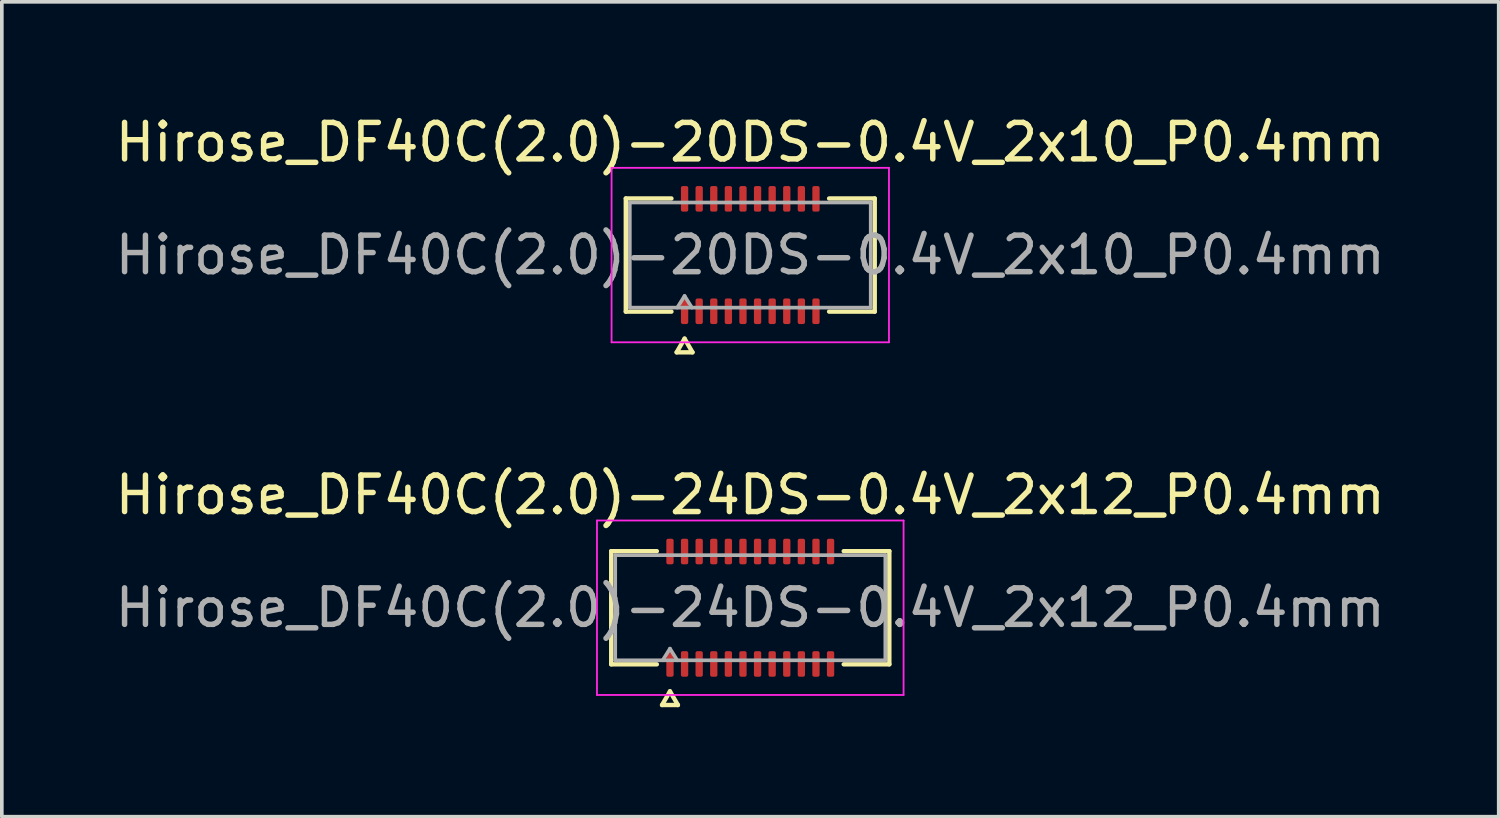
<source format=kicad_pcb>
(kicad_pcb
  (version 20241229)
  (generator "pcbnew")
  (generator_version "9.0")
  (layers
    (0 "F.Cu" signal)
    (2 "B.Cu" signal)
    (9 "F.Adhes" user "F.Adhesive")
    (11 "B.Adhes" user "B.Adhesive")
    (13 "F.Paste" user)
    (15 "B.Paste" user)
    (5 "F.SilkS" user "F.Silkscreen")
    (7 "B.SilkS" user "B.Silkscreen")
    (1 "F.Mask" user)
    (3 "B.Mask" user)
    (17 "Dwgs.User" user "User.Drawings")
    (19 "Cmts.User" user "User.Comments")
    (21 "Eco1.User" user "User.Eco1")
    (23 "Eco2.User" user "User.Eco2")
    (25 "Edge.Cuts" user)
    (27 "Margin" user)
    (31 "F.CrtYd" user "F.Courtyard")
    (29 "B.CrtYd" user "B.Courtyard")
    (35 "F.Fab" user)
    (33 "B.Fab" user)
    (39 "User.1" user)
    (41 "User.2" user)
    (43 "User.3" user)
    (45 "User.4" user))
  (footprint "Hirose_DF40C(2.0)-20DS-0.4V_2x10_P0.4mm"
    (layer "F.Cu")
    (at 17.506 3.938)
    (property "Reference" "Hirose_DF40C(2.0)-20DS-0.4V_2x10_P0.4mm" (at 0 -3.09 0) (layer "F.SilkS") (effects (font (size 1 1) (thickness 0.15))))
    (attr smd)
    (fp_line (start -3.41 -1.55) (end -2.16 -1.55) (stroke (width 0.12) (type solid)) (layer "F.SilkS"))
    (fp_line (start -3.41 1.55) (end -3.41 -1.55) (stroke (width 0.12) (type solid)) (layer "F.SilkS"))
    (fp_line (start -2.16 1.55) (end -3.41 1.55) (stroke (width 0.12) (type solid)) (layer "F.SilkS"))
    (fp_line (start -2.017 2.665) (end -1.8 2.29) (stroke (width 0.12) (type solid)) (layer "F.SilkS"))
    (fp_line (start -1.8 2.29) (end -1.583 2.665) (stroke (width 0.12) (type solid)) (layer "F.SilkS"))
    (fp_line (start -1.583 2.665) (end -2.017 2.665) (stroke (width 0.12) (type solid)) (layer "F.SilkS"))
    (fp_line (start 2.16 -1.55) (end 3.41 -1.55) (stroke (width 0.12) (type solid)) (layer "F.SilkS"))
    (fp_line (start 3.41 -1.55) (end 3.41 1.55) (stroke (width 0.12) (type solid)) (layer "F.SilkS"))
    (fp_line (start 3.41 1.55) (end 2.16 1.55) (stroke (width 0.12) (type solid)) (layer "F.SilkS"))
    (fp_line (start -3.8 -2.39) (end -3.8 2.39) (stroke (width 0.05) (type solid)) (layer "F.CrtYd"))
    (fp_line (start -3.8 2.39) (end 3.8 2.39) (stroke (width 0.05) (type solid)) (layer "F.CrtYd"))
    (fp_line (start 3.8 -2.39) (end -3.8 -2.39) (stroke (width 0.05) (type solid)) (layer "F.CrtYd"))
    (fp_line (start 3.8 2.39) (end 3.8 -2.39) (stroke (width 0.05) (type solid)) (layer "F.CrtYd"))
    (fp_line (start -3.3 -1.44) (end 3.3 -1.44) (stroke (width 0.1) (type solid)) (layer "F.Fab"))
    (fp_line (start -3.3 1.44) (end -3.3 -1.44) (stroke (width 0.1) (type solid)) (layer "F.Fab"))
    (fp_line (start -2 1.44) (end -1.8 1.12) (stroke (width 0.1) (type solid)) (layer "F.Fab"))
    (fp_line (start -1.8 1.12) (end -1.6 1.44) (stroke (width 0.1) (type solid)) (layer "F.Fab"))
    (fp_line (start 3.3 -1.44) (end 3.3 1.44) (stroke (width 0.1) (type solid)) (layer "F.Fab"))
    (fp_line (start 3.3 1.44) (end -3.3 1.44) (stroke (width 0.1) (type solid)) (layer "F.Fab"))
    (fp_text user "${REFERENCE}" (at 0 0 0) (layer "F.Fab") (effects (font (size 1 1) (thickness 0.15))))
    (pad "1" smd roundrect (at -1.8 1.54) (size 0.2 0.7) (layers "F.Cu" "F.Mask" "F.Paste") (roundrect_rratio 0.25))
    (pad "2" smd roundrect (at -1.8 -1.54) (size 0.2 0.7) (layers "F.Cu" "F.Mask" "F.Paste") (roundrect_rratio 0.25))
    (pad "3" smd roundrect (at -1.4 1.54) (size 0.2 0.7) (layers "F.Cu" "F.Mask" "F.Paste") (roundrect_rratio 0.25))
    (pad "4" smd roundrect (at -1.4 -1.54) (size 0.2 0.7) (layers "F.Cu" "F.Mask" "F.Paste") (roundrect_rratio 0.25))
    (pad "5" smd roundrect (at -1 1.54) (size 0.2 0.7) (layers "F.Cu" "F.Mask" "F.Paste") (roundrect_rratio 0.25))
    (pad "6" smd roundrect (at -1 -1.54) (size 0.2 0.7) (layers "F.Cu" "F.Mask" "F.Paste") (roundrect_rratio 0.25))
    (pad "7" smd roundrect (at -0.6 1.54) (size 0.2 0.7) (layers "F.Cu" "F.Mask" "F.Paste") (roundrect_rratio 0.25))
    (pad "8" smd roundrect (at -0.6 -1.54) (size 0.2 0.7) (layers "F.Cu" "F.Mask" "F.Paste") (roundrect_rratio 0.25))
    (pad "9" smd roundrect (at -0.2 1.54) (size 0.2 0.7) (layers "F.Cu" "F.Mask" "F.Paste") (roundrect_rratio 0.25))
    (pad "10" smd roundrect (at -0.2 -1.54) (size 0.2 0.7) (layers "F.Cu" "F.Mask" "F.Paste") (roundrect_rratio 0.25))
    (pad "11" smd roundrect (at 0.2 1.54) (size 0.2 0.7) (layers "F.Cu" "F.Mask" "F.Paste") (roundrect_rratio 0.25))
    (pad "12" smd roundrect (at 0.2 -1.54) (size 0.2 0.7) (layers "F.Cu" "F.Mask" "F.Paste") (roundrect_rratio 0.25))
    (pad "13" smd roundrect (at 0.6 1.54) (size 0.2 0.7) (layers "F.Cu" "F.Mask" "F.Paste") (roundrect_rratio 0.25))
    (pad "14" smd roundrect (at 0.6 -1.54) (size 0.2 0.7) (layers "F.Cu" "F.Mask" "F.Paste") (roundrect_rratio 0.25))
    (pad "15" smd roundrect (at 1 1.54) (size 0.2 0.7) (layers "F.Cu" "F.Mask" "F.Paste") (roundrect_rratio 0.25))
    (pad "16" smd roundrect (at 1 -1.54) (size 0.2 0.7) (layers "F.Cu" "F.Mask" "F.Paste") (roundrect_rratio 0.25))
    (pad "17" smd roundrect (at 1.4 1.54) (size 0.2 0.7) (layers "F.Cu" "F.Mask" "F.Paste") (roundrect_rratio 0.25))
    (pad "18" smd roundrect (at 1.4 -1.54) (size 0.2 0.7) (layers "F.Cu" "F.Mask" "F.Paste") (roundrect_rratio 0.25))
    (pad "19" smd roundrect (at 1.8 1.54) (size 0.2 0.7) (layers "F.Cu" "F.Mask" "F.Paste") (roundrect_rratio 0.25))
    (pad "20" smd roundrect (at 1.8 -1.54) (size 0.2 0.7) (layers "F.Cu" "F.Mask" "F.Paste") (roundrect_rratio 0.25)))
  (footprint "Hirose_DF40C(2.0)-24DS-0.4V_2x12_P0.4mm"
    (layer "F.Cu")
    (at 17.506 13.601)
    (property "Reference" "Hirose_DF40C(2.0)-24DS-0.4V_2x12_P0.4mm" (at 0 -3.09 0) (layer "F.SilkS") (effects (font (size 1 1) (thickness 0.15))))
    (attr smd)
    (fp_line (start -3.81 -1.55) (end -2.56 -1.55) (stroke (width 0.12) (type solid)) (layer "F.SilkS"))
    (fp_line (start -3.81 1.55) (end -3.81 -1.55) (stroke (width 0.12) (type solid)) (layer "F.SilkS"))
    (fp_line (start -2.56 1.55) (end -3.81 1.55) (stroke (width 0.12) (type solid)) (layer "F.SilkS"))
    (fp_line (start -2.417 2.665) (end -2.2 2.29) (stroke (width 0.12) (type solid)) (layer "F.SilkS"))
    (fp_line (start -2.2 2.29) (end -1.983 2.665) (stroke (width 0.12) (type solid)) (layer "F.SilkS"))
    (fp_line (start -1.983 2.665) (end -2.417 2.665) (stroke (width 0.12) (type solid)) (layer "F.SilkS"))
    (fp_line (start 2.56 -1.55) (end 3.81 -1.55) (stroke (width 0.12) (type solid)) (layer "F.SilkS"))
    (fp_line (start 3.81 -1.55) (end 3.81 1.55) (stroke (width 0.12) (type solid)) (layer "F.SilkS"))
    (fp_line (start 3.81 1.55) (end 2.56 1.55) (stroke (width 0.12) (type solid)) (layer "F.SilkS"))
    (fp_line (start -4.2 -2.39) (end -4.2 2.39) (stroke (width 0.05) (type solid)) (layer "F.CrtYd"))
    (fp_line (start -4.2 2.39) (end 4.2 2.39) (stroke (width 0.05) (type solid)) (layer "F.CrtYd"))
    (fp_line (start 4.2 -2.39) (end -4.2 -2.39) (stroke (width 0.05) (type solid)) (layer "F.CrtYd"))
    (fp_line (start 4.2 2.39) (end 4.2 -2.39) (stroke (width 0.05) (type solid)) (layer "F.CrtYd"))
    (fp_line (start -3.7 -1.44) (end 3.7 -1.44) (stroke (width 0.1) (type solid)) (layer "F.Fab"))
    (fp_line (start -3.7 1.44) (end -3.7 -1.44) (stroke (width 0.1) (type solid)) (layer "F.Fab"))
    (fp_line (start -2.4 1.44) (end -2.2 1.12) (stroke (width 0.1) (type solid)) (layer "F.Fab"))
    (fp_line (start -2.2 1.12) (end -2 1.44) (stroke (width 0.1) (type solid)) (layer "F.Fab"))
    (fp_line (start 3.7 -1.44) (end 3.7 1.44) (stroke (width 0.1) (type solid)) (layer "F.Fab"))
    (fp_line (start 3.7 1.44) (end -3.7 1.44) (stroke (width 0.1) (type solid)) (layer "F.Fab"))
    (fp_text user "${REFERENCE}" (at 0 0 0) (layer "F.Fab") (effects (font (size 1 1) (thickness 0.15))))
    (pad "1" smd roundrect (at -2.2 1.54) (size 0.2 0.7) (layers "F.Cu" "F.Mask" "F.Paste") (roundrect_rratio 0.25))
    (pad "2" smd roundrect (at -2.2 -1.54) (size 0.2 0.7) (layers "F.Cu" "F.Mask" "F.Paste") (roundrect_rratio 0.25))
    (pad "3" smd roundrect (at -1.8 1.54) (size 0.2 0.7) (layers "F.Cu" "F.Mask" "F.Paste") (roundrect_rratio 0.25))
    (pad "4" smd roundrect (at -1.8 -1.54) (size 0.2 0.7) (layers "F.Cu" "F.Mask" "F.Paste") (roundrect_rratio 0.25))
    (pad "5" smd roundrect (at -1.4 1.54) (size 0.2 0.7) (layers "F.Cu" "F.Mask" "F.Paste") (roundrect_rratio 0.25))
    (pad "6" smd roundrect (at -1.4 -1.54) (size 0.2 0.7) (layers "F.Cu" "F.Mask" "F.Paste") (roundrect_rratio 0.25))
    (pad "7" smd roundrect (at -1 1.54) (size 0.2 0.7) (layers "F.Cu" "F.Mask" "F.Paste") (roundrect_rratio 0.25))
    (pad "8" smd roundrect (at -1 -1.54) (size 0.2 0.7) (layers "F.Cu" "F.Mask" "F.Paste") (roundrect_rratio 0.25))
    (pad "9" smd roundrect (at -0.6 1.54) (size 0.2 0.7) (layers "F.Cu" "F.Mask" "F.Paste") (roundrect_rratio 0.25))
    (pad "10" smd roundrect (at -0.6 -1.54) (size 0.2 0.7) (layers "F.Cu" "F.Mask" "F.Paste") (roundrect_rratio 0.25))
    (pad "11" smd roundrect (at -0.2 1.54) (size 0.2 0.7) (layers "F.Cu" "F.Mask" "F.Paste") (roundrect_rratio 0.25))
    (pad "12" smd roundrect (at -0.2 -1.54) (size 0.2 0.7) (layers "F.Cu" "F.Mask" "F.Paste") (roundrect_rratio 0.25))
    (pad "13" smd roundrect (at 0.2 1.54) (size 0.2 0.7) (layers "F.Cu" "F.Mask" "F.Paste") (roundrect_rratio 0.25))
    (pad "14" smd roundrect (at 0.2 -1.54) (size 0.2 0.7) (layers "F.Cu" "F.Mask" "F.Paste") (roundrect_rratio 0.25))
    (pad "15" smd roundrect (at 0.6 1.54) (size 0.2 0.7) (layers "F.Cu" "F.Mask" "F.Paste") (roundrect_rratio 0.25))
    (pad "16" smd roundrect (at 0.6 -1.54) (size 0.2 0.7) (layers "F.Cu" "F.Mask" "F.Paste") (roundrect_rratio 0.25))
    (pad "17" smd roundrect (at 1 1.54) (size 0.2 0.7) (layers "F.Cu" "F.Mask" "F.Paste") (roundrect_rratio 0.25))
    (pad "18" smd roundrect (at 1 -1.54) (size 0.2 0.7) (layers "F.Cu" "F.Mask" "F.Paste") (roundrect_rratio 0.25))
    (pad "19" smd roundrect (at 1.4 1.54) (size 0.2 0.7) (layers "F.Cu" "F.Mask" "F.Paste") (roundrect_rratio 0.25))
    (pad "20" smd roundrect (at 1.4 -1.54) (size 0.2 0.7) (layers "F.Cu" "F.Mask" "F.Paste") (roundrect_rratio 0.25))
    (pad "21" smd roundrect (at 1.8 1.54) (size 0.2 0.7) (layers "F.Cu" "F.Mask" "F.Paste") (roundrect_rratio 0.25))
    (pad "22" smd roundrect (at 1.8 -1.54) (size 0.2 0.7) (layers "F.Cu" "F.Mask" "F.Paste") (roundrect_rratio 0.25))
    (pad "23" smd roundrect (at 2.2 1.54) (size 0.2 0.7) (layers "F.Cu" "F.Mask" "F.Paste") (roundrect_rratio 0.25))
    (pad "24" smd roundrect (at 2.2 -1.54) (size 0.2 0.7) (layers "F.Cu" "F.Mask" "F.Paste") (roundrect_rratio 0.25)))
  (gr_rect
    (start -3 -3)
    (end 38.012 19.326)
    (stroke (width 0.1) (type default))
    (fill no)
    (layer "Edge.Cuts")))
</source>
